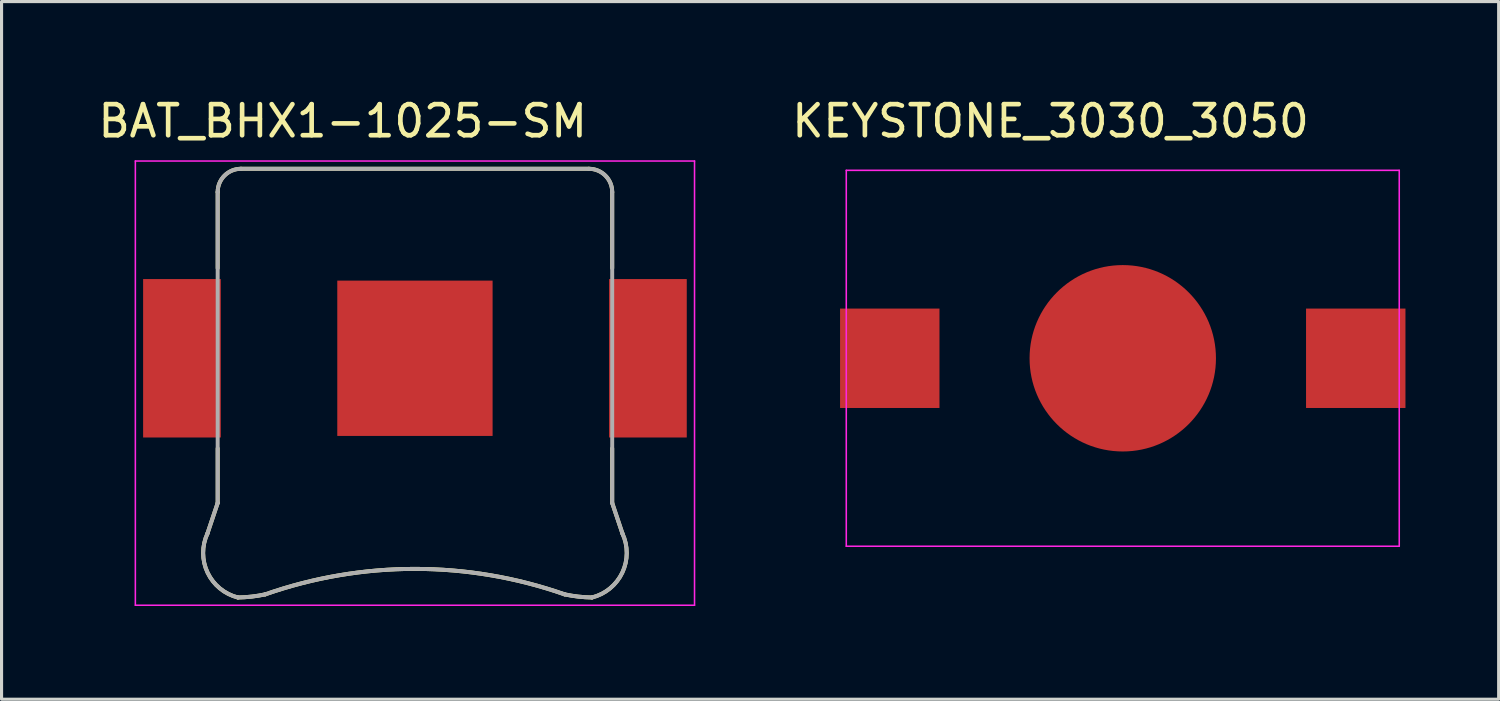
<source format=kicad_pcb>
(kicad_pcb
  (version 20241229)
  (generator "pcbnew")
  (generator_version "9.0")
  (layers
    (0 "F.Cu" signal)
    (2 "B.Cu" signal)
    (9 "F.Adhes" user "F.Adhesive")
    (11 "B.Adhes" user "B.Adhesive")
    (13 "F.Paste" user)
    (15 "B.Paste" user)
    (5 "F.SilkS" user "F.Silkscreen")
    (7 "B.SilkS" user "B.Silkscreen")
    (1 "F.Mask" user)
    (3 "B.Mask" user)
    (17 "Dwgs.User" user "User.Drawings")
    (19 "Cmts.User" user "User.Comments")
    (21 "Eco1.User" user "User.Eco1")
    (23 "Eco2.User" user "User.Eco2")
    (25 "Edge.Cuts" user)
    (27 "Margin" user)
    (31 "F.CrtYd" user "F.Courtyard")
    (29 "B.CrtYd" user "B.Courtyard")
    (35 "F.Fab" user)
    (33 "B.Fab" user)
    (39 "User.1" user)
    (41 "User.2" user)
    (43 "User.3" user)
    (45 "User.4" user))
  (footprint "KEYSTONE_3030_3050"
    (layer "F.Cu")
    (at 33.092 8.483)
    (property "Reference" "KEYSTONE_3030_3050" (at -2.325 -7.635 0) (layer "F.SilkS") (effects (font (size 1 1) (thickness 0.15))))
    (attr through_hole)
    (fp_line (start -8.9 -6.05) (end -8.9 6.05) (stroke (width 0.05) (type solid)) (layer "F.CrtYd"))
    (fp_line (start -8.9 6.05) (end 8.9 6.05) (stroke (width 0.05) (type solid)) (layer "F.CrtYd"))
    (fp_line (start 8.9 -6.05) (end -8.9 -6.05) (stroke (width 0.05) (type solid)) (layer "F.CrtYd"))
    (fp_line (start 8.9 6.05) (end 8.9 -6.05) (stroke (width 0.05) (type solid)) (layer "F.CrtYd"))
    (pad "1" smd rect (at -7.5 0) (size 3.2 3.2) (layers "F.Cu" "F.Mask" "F.Paste"))
    (pad "1" smd rect (at 7.5 0 180) (size 3.2 3.2) (layers "F.Cu" "F.Mask" "F.Paste"))
    (pad "2" smd circle (at 0 0) (size 6 6) (layers "F.Cu" "F.Mask")))
  (footprint "BAT_BHX1-1025-SM"
    (layer "F.Cu")
    (at 10.307 8.483)
    (property "Reference" "BAT_BHX1-1025-SM" (at -2.325 -7.635 0) (layer "F.SilkS") (effects (font (size 1 1) (thickness 0.15))))
    (attr through_hole)
    (fp_line (start -6.679 5.64) (end -6.35 4.658) (stroke (width 0.127) (type solid)) (layer "F.SilkS"))
    (fp_line (start -6.35 -5.35) (end -6.35 -2.9) (stroke (width 0.127) (type solid)) (layer "F.SilkS"))
    (fp_line (start -6.35 4.658) (end -6.35 2.9) (stroke (width 0.127) (type solid)) (layer "F.SilkS"))
    (fp_line (start 5.6 -6.1) (end -5.6 -6.1) (stroke (width 0.127) (type solid)) (layer "F.SilkS"))
    (fp_line (start 6.35 -5.35) (end 6.35 -2.9) (stroke (width 0.127) (type solid)) (layer "F.SilkS"))
    (fp_line (start 6.35 4.658) (end 6.35 2.9) (stroke (width 0.127) (type solid)) (layer "F.SilkS"))
    (fp_line (start 6.679 5.64) (end 6.35 4.658) (stroke (width 0.127) (type solid)) (layer "F.SilkS"))
    (fp_arc (start -6.35 -5.35) (mid -6.13033 -5.88033) (end -5.6 -6.1) (stroke (width 0.127) (type solid)) (layer "F.SilkS"))
    (fp_arc (start -5.7 7.700001) (mid -6.674866 6.900503) (end -6.67855 5.63973) (stroke (width 0.127) (type solid)) (layer "F.SilkS"))
    (fp_arc (start -4.82 7.6) (mid -5.257487 7.672111) (end -5.7 7.7) (stroke (width 0.127) (type solid)) (layer "F.SilkS"))
    (fp_arc (start -4.82 7.6) (mid 0 6.779771) (end 4.82 7.6) (stroke (width 0.127) (type solid)) (layer "F.SilkS"))
    (fp_arc (start 5.6 -6.1) (mid 6.13033 -5.88033) (end 6.35 -5.35) (stroke (width 0.127) (type solid)) (layer "F.SilkS"))
    (fp_arc (start 5.7 7.7) (mid 5.257487 7.672111) (end 4.82 7.6) (stroke (width 0.127) (type solid)) (layer "F.SilkS"))
    (fp_arc (start 6.67855 5.63973) (mid 6.674866 6.900502) (end 5.7 7.700001) (stroke (width 0.127) (type solid)) (layer "F.SilkS"))
    (fp_line (start -9 -6.35) (end -9 7.95) (stroke (width 0.05) (type solid)) (layer "F.CrtYd"))
    (fp_line (start -9 7.95) (end 9 7.95) (stroke (width 0.05) (type solid)) (layer "F.CrtYd"))
    (fp_line (start 9 -6.35) (end -9 -6.35) (stroke (width 0.05) (type solid)) (layer "F.CrtYd"))
    (fp_line (start 9 7.95) (end 9 -6.35) (stroke (width 0.05) (type solid)) (layer "F.CrtYd"))
    (fp_line (start -6.679 5.64) (end -6.35 4.658) (stroke (width 0.127) (type solid)) (layer "F.Fab"))
    (fp_line (start -6.35 -5.35) (end -6.35 4.658) (stroke (width 0.127) (type solid)) (layer "F.Fab"))
    (fp_line (start 5.6 -6.1) (end -5.6 -6.1) (stroke (width 0.127) (type solid)) (layer "F.Fab"))
    (fp_line (start 6.35 4.658) (end 6.35 -5.35) (stroke (width 0.127) (type solid)) (layer "F.Fab"))
    (fp_line (start 6.679 5.64) (end 6.35 4.658) (stroke (width 0.127) (type solid)) (layer "F.Fab"))
    (fp_arc (start -6.35 -5.35) (mid -6.13033 -5.88033) (end -5.6 -6.1) (stroke (width 0.127) (type solid)) (layer "F.Fab"))
    (fp_arc (start -5.7 7.700001) (mid -6.674866 6.900503) (end -6.67855 5.63973) (stroke (width 0.127) (type solid)) (layer "F.Fab"))
    (fp_arc (start -4.82 7.6) (mid -5.257487 7.672111) (end -5.7 7.7) (stroke (width 0.127) (type solid)) (layer "F.Fab"))
    (fp_arc (start -4.82 7.6) (mid 0 6.779771) (end 4.82 7.6) (stroke (width 0.127) (type solid)) (layer "F.Fab"))
    (fp_arc (start 5.6 -6.1) (mid 6.13033 -5.88033) (end 6.35 -5.35) (stroke (width 0.127) (type solid)) (layer "F.Fab"))
    (fp_arc (start 5.7 7.7) (mid 5.257487 7.672111) (end 4.82 7.6) (stroke (width 0.127) (type solid)) (layer "F.Fab"))
    (fp_arc (start 6.67855 5.63973) (mid 6.674866 6.900502) (end 5.7 7.700001) (stroke (width 0.127) (type solid)) (layer "F.Fab"))
    (pad "1" smd rect (at -7.5 0) (size 2.5 5.1) (layers "F.Cu" "F.Mask" "F.Paste"))
    (pad "1" smd rect (at 7.5 0 180) (size 2.5 5.1) (layers "F.Cu" "F.Mask" "F.Paste"))
    (pad "2" smd rect (at 0 0) (size 5 5) (layers "F.Cu" "F.Mask")))
  (gr_rect
    (start -3 -3)
    (end 45.192 19.458)
    (stroke (width 0.1) (type default))
    (fill no)
    (layer "Edge.Cuts")))
</source>
